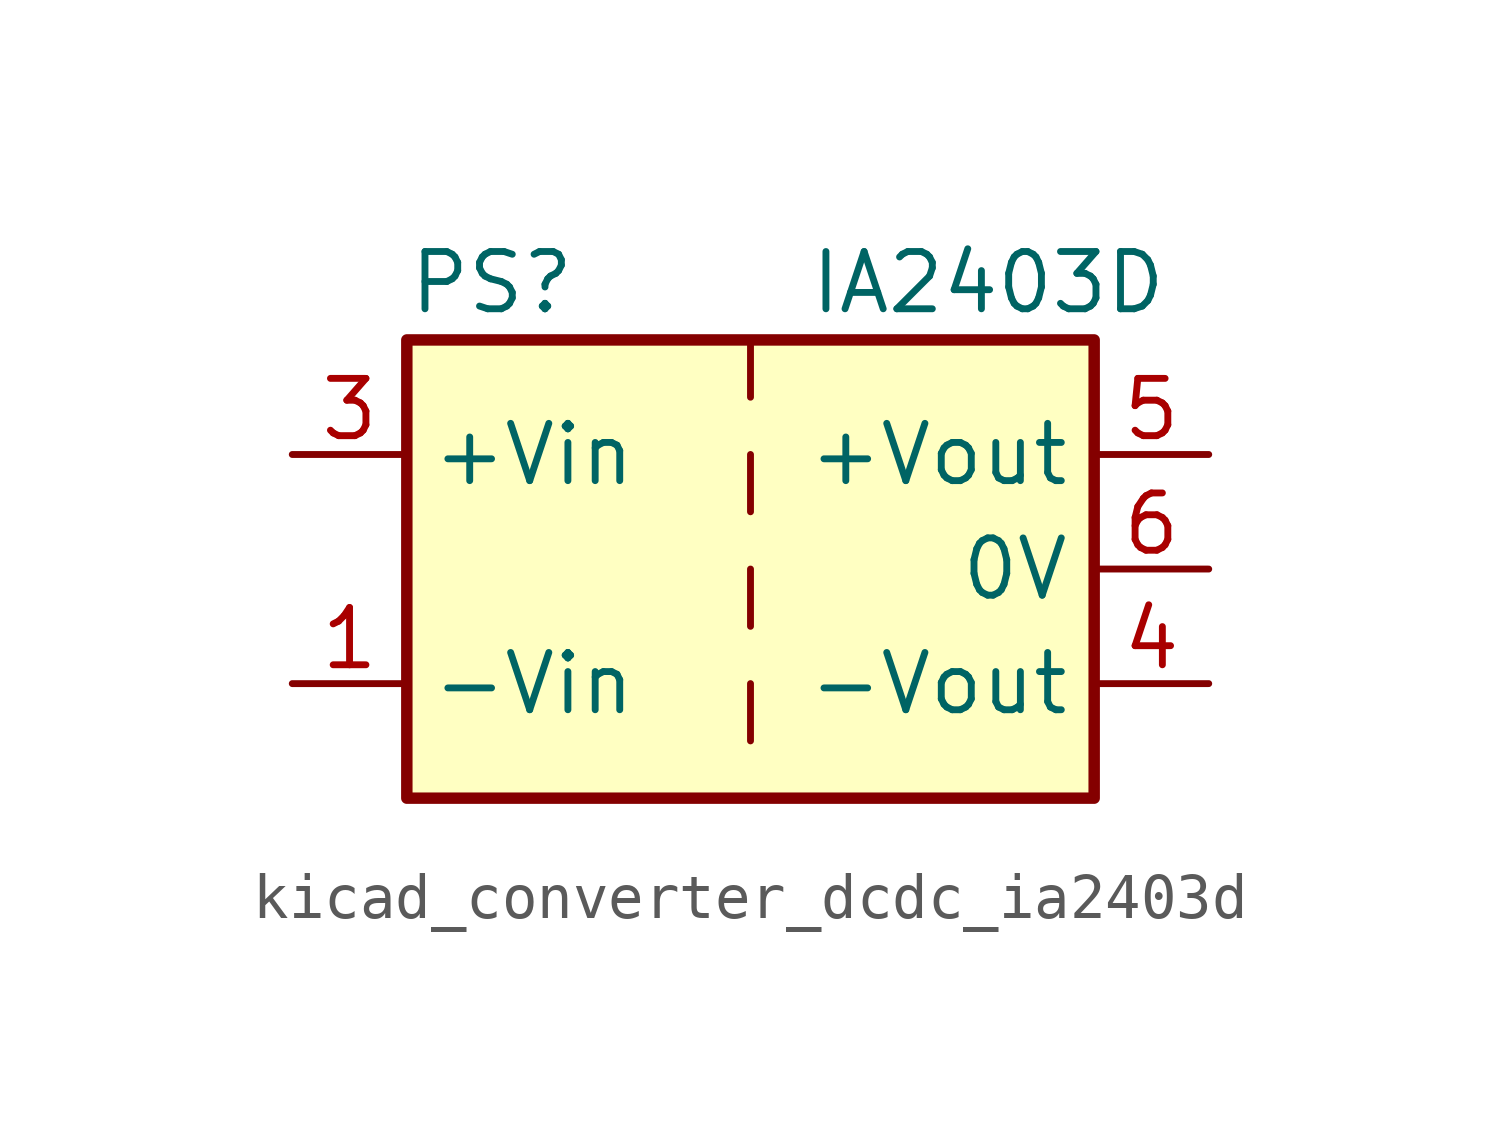
<source format=kicad_sym>
(kicad_symbol_lib
  (version 20220914)
  (generator kicad_symbol_editor)
  (symbol "kicad_converter_dcdc_ia2403d"
    (property "Reference" "PS"
      (at -7.62 6.35 0)
      (effects (font (size 1.27 1.27)) (justify left)))
    (property "Value" "IA2403D"
      (at 1.27 6.35 0)
      (effects (font (size 1.27 1.27)) (justify left)))
    (symbol "kicad_converter_dcdc_ia2403d_0_0"
      (pin power_in line (at -10.16 -2.54 0) (length 2.54) (name "-Vin" (effects (font (size 1.27 1.27)))) (number "1" (effects (font (size 1.27 1.27)))))
      (pin power_in line (at -10.16 2.54 0) (length 2.54) (name "+Vin" (effects (font (size 1.27 1.27)))) (number "3" (effects (font (size 1.27 1.27)))))
      (pin power_out line (at 10.16 -2.54 180) (length 2.54) (name "-Vout" (effects (font (size 1.27 1.27)))) (number "4" (effects (font (size 1.27 1.27)))))
      (pin power_out line (at 10.16 2.54 180) (length 2.54) (name "+Vout" (effects (font (size 1.27 1.27)))) (number "5" (effects (font (size 1.27 1.27)))))
      (pin power_out line (at 10.16 0 180) (length 2.54) (name "0V" (effects (font (size 1.27 1.27)))) (number "6" (effects (font (size 1.27 1.27))))))
    (symbol "kicad_converter_dcdc_ia2403d_0_1"
      (rectangle (start -7.62 5.08) (end 7.62 -5.08) (stroke (width 0.254) (type default)) (fill (type background)))
      (polyline (pts (xy 0 -2.54) (xy 0 -3.81)) (stroke (width 0) (type default)) (fill (type none)))
      (polyline (pts (xy 0 0) (xy 0 -1.27)) (stroke (width 0) (type default)) (fill (type none)))
      (polyline (pts (xy 0 2.54) (xy 0 1.27)) (stroke (width 0) (type default)) (fill (type none)))
      (polyline (pts (xy 0 5.08) (xy 0 3.81)) (stroke (width 0) (type default)) (fill (type none))))
    (symbol "kicad_converter_dcdc_ia2403d_1_1"
      (pin no_connect line (at 0 -5.08 90) (length 2.54) hide (name "NC" (effects (font (size 1.27 1.27)))) (number "2" (effects (font (size 1.27 1.27))))))))
</source>
